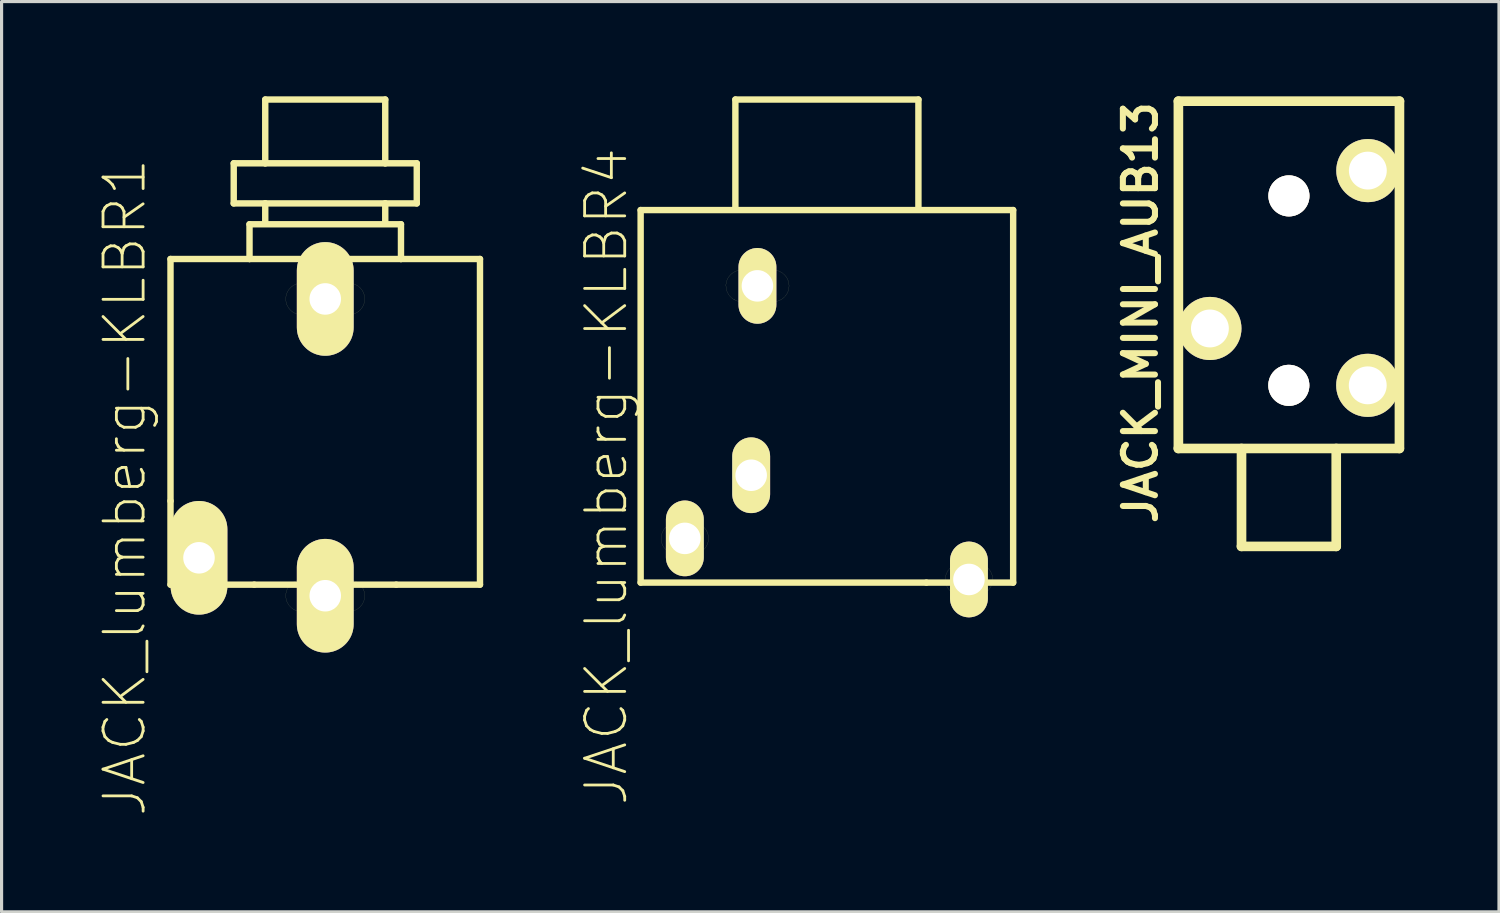
<source format=kicad_pcb>
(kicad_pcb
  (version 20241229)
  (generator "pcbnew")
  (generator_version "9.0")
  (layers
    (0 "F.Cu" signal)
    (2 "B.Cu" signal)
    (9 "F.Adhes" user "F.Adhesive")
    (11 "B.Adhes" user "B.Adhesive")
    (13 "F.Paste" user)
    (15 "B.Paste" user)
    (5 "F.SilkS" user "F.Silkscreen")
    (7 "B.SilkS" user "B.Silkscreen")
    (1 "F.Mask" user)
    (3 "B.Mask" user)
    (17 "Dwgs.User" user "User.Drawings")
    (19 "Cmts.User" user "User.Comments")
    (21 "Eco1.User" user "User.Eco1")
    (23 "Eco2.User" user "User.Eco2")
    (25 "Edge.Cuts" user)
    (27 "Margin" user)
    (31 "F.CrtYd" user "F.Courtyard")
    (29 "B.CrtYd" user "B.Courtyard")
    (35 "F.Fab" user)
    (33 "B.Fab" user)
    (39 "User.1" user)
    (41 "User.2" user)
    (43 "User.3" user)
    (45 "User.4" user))
  (footprint "JACK_MINI_AUB13"
    (layer "F.Cu")
    (at 40.263 9.152)
    (property "Reference" "JACK_MINI_AUB13" (at -7.201 -2.301 90) (layer "F.SilkS") (effects (font (size 1.016 1.016) (thickness 0.191))))
    (attr through_hole)
    (fp_line (start -6.002 1.999) (end 0.998 1.999) (stroke (width 0.305) (type solid)) (layer "F.SilkS"))
    (fp_line (start -5.999 -8.999) (end 1.001 -8.999) (stroke (width 0.305) (type solid)) (layer "F.SilkS"))
    (fp_line (start -5.999 1.999) (end -5.999 -8.999) (stroke (width 0.305) (type solid)) (layer "F.SilkS"))
    (fp_line (start -4.003 5.1) (end -1.001 5.1) (stroke (width 0.305) (type solid)) (layer "F.SilkS"))
    (fp_line (start -4 5.1) (end -4 1.999) (stroke (width 0.305) (type solid)) (layer "F.SilkS"))
    (fp_line (start -1.001 5.1) (end -1.001 1.999) (stroke (width 0.305) (type solid)) (layer "F.SilkS"))
    (fp_line (start 1.001 -8.999) (end 1.001 1.999) (stroke (width 0.305) (type solid)) (layer "F.SilkS"))
    (pad "1" thru_hole circle (at -0.003 0) (size 1.999 1.999) (drill 1.199) (layers "*.Cu" "*.Mask" "F.SilkS"))
    (pad "2" thru_hole circle (at -5.001 -1.801) (size 1.999 1.999) (drill 1.199) (layers "*.Cu" "*.Mask" "F.SilkS"))
    (pad "3" thru_hole circle (at 0 -6.8) (size 1.999 1.999) (drill 1.199) (layers "*.Cu" "*.Mask" "F.SilkS"))
    (pad "4" thru_hole circle (at -2.502 0) (size 1.3 1.3) (drill 1.3) (layers "*.Cu" "*.Mask" "F.SilkS"))
    (pad "5" thru_hole circle (at -2.499 -5.999) (size 1.3 1.3) (drill 1.3) (layers "*.Cu" "*.Mask" "F.SilkS")))
  (footprint "JACK_lumberg-KLBR1"
    (layer "F.Cu")
    (at 7.249 11.115)
    (property "Reference" "JACK_lumberg-KLBR1" (at -6.35 1.27 90) (layer "F.SilkS") (effects (font (size 1.27 1.27) (thickness 0.089))))
    (attr exclude_from_pos_files exclude_from_bom)
    (fp_line (start -4.9 -5.964) (end -2.398 -5.964) (stroke (width 0.203) (type solid)) (layer "F.SilkS"))
    (fp_line (start -4.9 1.699) (end -4.9 -5.964) (stroke (width 0.203) (type solid)) (layer "F.SilkS"))
    (fp_line (start -4.9 4.348) (end -4.9 1.699) (stroke (width 0.203) (type solid)) (layer "F.SilkS"))
    (fp_line (start -4.498 4.249) (end -4.498 2.748) (stroke (width 0.003) (type solid)) (layer "F.SilkS"))
    (fp_line (start -4.1 4.348) (end -4.9 4.348) (stroke (width 0.203) (type solid)) (layer "F.SilkS"))
    (fp_line (start -3.498 2.748) (end -3.498 4.249) (stroke (width 0.003) (type solid)) (layer "F.SilkS"))
    (fp_line (start -2.898 -8.994) (end -1.9 -8.994) (stroke (width 0.203) (type solid)) (layer "F.SilkS"))
    (fp_line (start -2.898 -7.724) (end -2.898 -8.994) (stroke (width 0.203) (type solid)) (layer "F.SilkS"))
    (fp_line (start -2.898 -7.724) (end -1.9 -7.724) (stroke (width 0.203) (type solid)) (layer "F.SilkS"))
    (fp_line (start -2.398 -7.064) (end 2.398 -7.064) (stroke (width 0.203) (type solid)) (layer "F.SilkS"))
    (fp_line (start -2.398 -5.964) (end -2.398 -7.064) (stroke (width 0.203) (type solid)) (layer "F.SilkS"))
    (fp_line (start -2.398 -5.964) (end 2.398 -5.964) (stroke (width 0.203) (type solid)) (layer "F.SilkS"))
    (fp_line (start -2.248 4.348) (end -4.1 4.348) (stroke (width 0.203) (type solid)) (layer "F.SilkS"))
    (fp_line (start -1.9 -11.013) (end 1.9 -11.013) (stroke (width 0.203) (type solid)) (layer "F.SilkS"))
    (fp_line (start -1.9 -8.994) (end -1.9 -11.013) (stroke (width 0.203) (type solid)) (layer "F.SilkS"))
    (fp_line (start -1.9 -8.994) (end 1.9 -8.994) (stroke (width 0.203) (type solid)) (layer "F.SilkS"))
    (fp_line (start -1.9 -7.724) (end 1.9 -7.724) (stroke (width 0.203) (type solid)) (layer "F.SilkS"))
    (fp_line (start -1.9 -7.163) (end -1.9 -7.724) (stroke (width 0.203) (type solid)) (layer "F.SilkS"))
    (fp_line (start -0.749 -5.199) (end 0.749 -5.199) (stroke (width 0.003) (type solid)) (layer "F.SilkS"))
    (fp_line (start -0.749 4.199) (end 0.749 4.199) (stroke (width 0.003) (type solid)) (layer "F.SilkS"))
    (fp_line (start 0.749 -4.199) (end -0.749 -4.199) (stroke (width 0.003) (type solid)) (layer "F.SilkS"))
    (fp_line (start 0.749 5.199) (end -0.749 5.199) (stroke (width 0.003) (type solid)) (layer "F.SilkS"))
    (fp_line (start 1.9 -11.013) (end 1.9 -8.994) (stroke (width 0.203) (type solid)) (layer "F.SilkS"))
    (fp_line (start 1.9 -8.994) (end 2.898 -8.994) (stroke (width 0.203) (type solid)) (layer "F.SilkS"))
    (fp_line (start 1.9 -7.724) (end 1.9 -7.163) (stroke (width 0.203) (type solid)) (layer "F.SilkS"))
    (fp_line (start 1.9 -7.724) (end 2.898 -7.724) (stroke (width 0.203) (type solid)) (layer "F.SilkS"))
    (fp_line (start 2.248 4.348) (end -2.248 4.348) (stroke (width 0.203) (type solid)) (layer "F.SilkS"))
    (fp_line (start 2.398 -7.064) (end 2.398 -5.964) (stroke (width 0.203) (type solid)) (layer "F.SilkS"))
    (fp_line (start 2.398 -5.964) (end 4.9 -5.964) (stroke (width 0.203) (type solid)) (layer "F.SilkS"))
    (fp_line (start 2.898 -8.994) (end 2.898 -7.724) (stroke (width 0.203) (type solid)) (layer "F.SilkS"))
    (fp_line (start 4.9 -5.964) (end 4.9 4.348) (stroke (width 0.203) (type solid)) (layer "F.SilkS"))
    (fp_line (start 4.9 4.348) (end 2.248 4.348) (stroke (width 0.203) (type solid)) (layer "F.SilkS"))
    (fp_arc (start -4.49834 2.74828) (mid -4.351782 2.394458) (end -3.99796 2.2479) (stroke (width 0.00254) (type solid)) (layer "F.SilkS"))
    (fp_arc (start -3.99796 2.2479) (mid -3.644138 2.394458) (end -3.49758 2.74828) (stroke (width 0.00254) (type solid)) (layer "F.SilkS"))
    (fp_arc (start -3.99796 4.7498) (mid -4.351782 4.603242) (end -4.49834 4.24942) (stroke (width 0.00254) (type solid)) (layer "F.SilkS"))
    (fp_arc (start -3.49758 4.24942) (mid -3.644138 4.603242) (end -3.99796 4.7498) (stroke (width 0.00254) (type solid)) (layer "F.SilkS"))
    (fp_arc (start -1.24968 -4.699) (mid -1.103122 -5.052822) (end -0.7493 -5.19938) (stroke (width 0.00254) (type solid)) (layer "F.SilkS"))
    (fp_arc (start -1.24968 4.699) (mid -1.103122 4.345178) (end -0.7493 4.19862) (stroke (width 0.00254) (type solid)) (layer "F.SilkS"))
    (fp_arc (start -0.7493 -4.19862) (mid -1.103122 -4.345178) (end -1.24968 -4.699) (stroke (width 0.00254) (type solid)) (layer "F.SilkS"))
    (fp_arc (start -0.7493 5.19938) (mid -1.103122 5.052822) (end -1.24968 4.699) (stroke (width 0.00254) (type solid)) (layer "F.SilkS"))
    (fp_arc (start 0.7493 -5.19938) (mid 1.103122 -5.052822) (end 1.24968 -4.699) (stroke (width 0.00254) (type solid)) (layer "F.SilkS"))
    (fp_arc (start 0.7493 4.19862) (mid 1.103122 4.345178) (end 1.24968 4.699) (stroke (width 0.00254) (type solid)) (layer "F.SilkS"))
    (fp_arc (start 1.24968 -4.699) (mid 1.103122 -4.345178) (end 0.7493 -4.19862) (stroke (width 0.00254) (type solid)) (layer "F.SilkS"))
    (fp_arc (start 1.24968 4.699) (mid 1.103122 5.052822) (end 0.7493 5.19938) (stroke (width 0.00254) (type solid)) (layer "F.SilkS"))
    (pad "3" thru_hole oval (at 0 4.699) (size 1.798 3.599) (drill 0.998) (layers "*.Cu" "F.Mask" "F.SilkS" "F.Paste"))
    (pad "4" thru_hole oval (at -3.998 3.498) (size 1.798 3.599) (drill 0.998) (layers "*.Cu" "F.Mask" "F.SilkS" "F.Paste"))
    (pad "5" thru_hole oval (at 0 -4.699) (size 1.798 3.599) (drill 0.998) (layers "*.Cu" "F.Mask" "F.SilkS" "F.Paste")))
  (footprint "JACK_lumberg-KLBR4"
    (layer "F.Cu")
    (at 23.134 9.5)
    (property "Reference" "JACK_lumberg-KLBR4" (at -6.985 2.54 90) (layer "F.SilkS") (effects (font (size 1.27 1.27) (thickness 0.089))))
    (attr exclude_from_pos_files exclude_from_bom)
    (fp_line (start -5.898 -5.898) (end 5.898 -5.898) (stroke (width 0.203) (type solid)) (layer "F.SilkS"))
    (fp_line (start -5.898 5.898) (end -5.898 -5.898) (stroke (width 0.203) (type solid)) (layer "F.SilkS"))
    (fp_line (start -4.75 3.998) (end -4.249 3.998) (stroke (width 0.003) (type solid)) (layer "F.SilkS"))
    (fp_line (start -4.249 4.999) (end -4.75 4.999) (stroke (width 0.003) (type solid)) (layer "F.SilkS"))
    (fp_line (start -2.898 -9.398) (end 2.898 -9.398) (stroke (width 0.203) (type solid)) (layer "F.SilkS"))
    (fp_line (start -2.898 -5.999) (end -2.898 -9.398) (stroke (width 0.203) (type solid)) (layer "F.SilkS"))
    (fp_line (start -2.898 3) (end -2.898 1.999) (stroke (width 0.003) (type solid)) (layer "F.SilkS"))
    (fp_line (start -2.697 -3.998) (end -1.699 -3.998) (stroke (width 0.003) (type solid)) (layer "F.SilkS"))
    (fp_line (start -1.9 1.999) (end -1.9 3) (stroke (width 0.003) (type solid)) (layer "F.SilkS"))
    (fp_line (start -1.699 -3) (end -2.697 -3) (stroke (width 0.003) (type solid)) (layer "F.SilkS"))
    (fp_line (start 2.898 -9.398) (end 2.898 -5.999) (stroke (width 0.203) (type solid)) (layer "F.SilkS"))
    (fp_line (start 3.15 5.898) (end -5.898 5.898) (stroke (width 0.203) (type solid)) (layer "F.SilkS"))
    (fp_line (start 4.249 5.298) (end 4.75 5.298) (stroke (width 0.003) (type solid)) (layer "F.SilkS"))
    (fp_line (start 4.75 6.299) (end 4.249 6.299) (stroke (width 0.003) (type solid)) (layer "F.SilkS"))
    (fp_line (start 5.898 -5.898) (end 5.898 5.898) (stroke (width 0.203) (type solid)) (layer "F.SilkS"))
    (fp_line (start 5.898 5.898) (end 3.15 5.898) (stroke (width 0.203) (type solid)) (layer "F.SilkS"))
    (fp_arc (start -5.24764 4.49834) (mid -5.101826 4.146314) (end -4.7498 4.0005) (stroke (width 0.00254) (type solid)) (layer "F.SilkS"))
    (fp_arc (start -4.7498 4.99872) (mid -5.103622 4.852162) (end -5.25018 4.49834) (stroke (width 0.00254) (type solid)) (layer "F.SilkS"))
    (fp_arc (start -4.24942 3.99796) (mid -3.895598 4.144518) (end -3.74904 4.49834) (stroke (width 0.00254) (type solid)) (layer "F.SilkS"))
    (fp_arc (start -3.74904 4.49834) (mid -3.895598 4.852162) (end -4.24942 4.99872) (stroke (width 0.00254) (type solid)) (layer "F.SilkS"))
    (fp_arc (start -3.19786 -3.49758) (mid -3.051302 -3.851402) (end -2.69748 -3.99796) (stroke (width 0.00254) (type solid)) (layer "F.SilkS"))
    (fp_arc (start -2.89814 1.99898) (mid -2.751582 1.645158) (end -2.39776 1.4986) (stroke (width 0.00254) (type solid)) (layer "F.SilkS"))
    (fp_arc (start -2.69748 -2.99974) (mid -3.049506 -3.145554) (end -3.19532 -3.49758) (stroke (width 0.00254) (type solid)) (layer "F.SilkS"))
    (fp_arc (start -2.39776 1.4986) (mid -2.043938 1.645158) (end -1.89738 1.99898) (stroke (width 0.00254) (type solid)) (layer "F.SilkS"))
    (fp_arc (start -2.39776 3.49758) (mid -2.749786 3.351766) (end -2.8956 2.99974) (stroke (width 0.00254) (type solid)) (layer "F.SilkS"))
    (fp_arc (start -1.89992 2.99974) (mid -2.045734 3.351766) (end -2.39776 3.49758) (stroke (width 0.00254) (type solid)) (layer "F.SilkS"))
    (fp_arc (start -1.69926 -3.99796) (mid -1.345438 -3.851402) (end -1.19888 -3.49758) (stroke (width 0.00254) (type solid)) (layer "F.SilkS"))
    (fp_arc (start -1.19888 -3.49758) (mid -1.345438 -3.143758) (end -1.69926 -2.9972) (stroke (width 0.00254) (type solid)) (layer "F.SilkS"))
    (fp_arc (start 3.74904 5.79882) (mid 3.895598 5.444998) (end 4.24942 5.29844) (stroke (width 0.00254) (type solid)) (layer "F.SilkS"))
    (fp_arc (start 4.24942 6.2992) (mid 3.895598 6.152642) (end 3.74904 5.79882) (stroke (width 0.00254) (type solid)) (layer "F.SilkS"))
    (fp_arc (start 4.7498 5.29844) (mid 5.103622 5.444998) (end 5.25018 5.79882) (stroke (width 0.00254) (type solid)) (layer "F.SilkS"))
    (fp_arc (start 5.24764 5.79882) (mid 5.101826 6.150846) (end 4.7498 6.29666) (stroke (width 0.00254) (type solid)) (layer "F.SilkS"))
    (pad "B" thru_hole oval (at -2.398 2.499) (size 1.199 2.398) (drill 0.998) (layers "*.Cu" "F.Mask" "F.SilkS" "F.Paste"))
    (pad "R" thru_hole oval (at 4.498 5.799) (size 1.199 2.398) (drill 0.998) (layers "*.Cu" "F.Mask" "F.SilkS" "F.Paste"))
    (pad "S" thru_hole oval (at -2.2 -3.498) (size 1.199 2.398) (drill 0.998) (layers "*.Cu" "F.Mask" "F.SilkS" "F.Paste"))
    (pad "T" thru_hole oval (at -4.498 4.498) (size 1.199 2.398) (drill 0.998) (layers "*.Cu" "F.Mask" "F.SilkS" "F.Paste")))
  (gr_rect
    (start -3 -3)
    (end 44.416 25.824)
    (stroke (width 0.1) (type default))
    (fill no)
    (layer "Edge.Cuts")))
</source>
